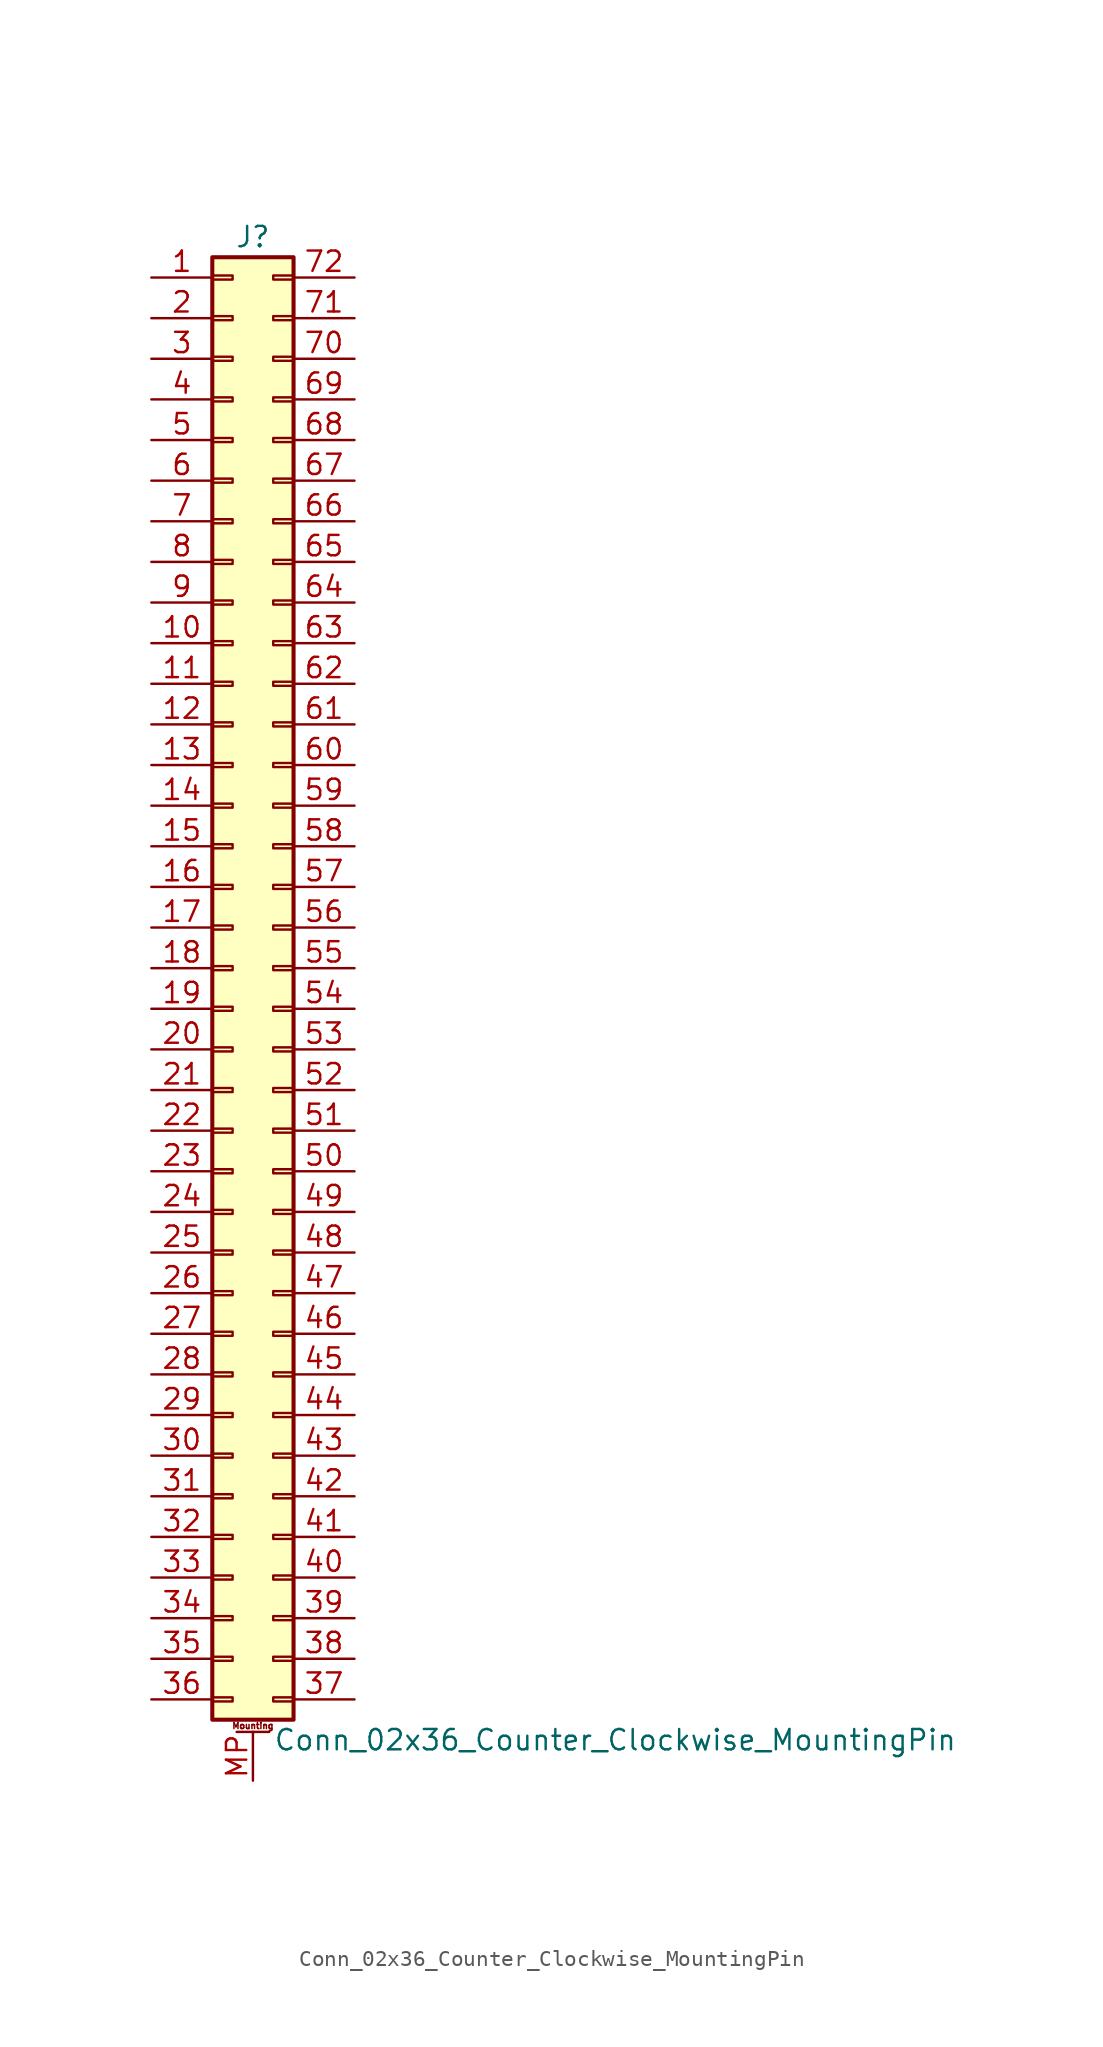
<source format=kicad_sym>
(kicad_symbol_lib
  (version 20201005)
  (generator kicad_symbol_editor)
  (symbol "Conn_02x36_Counter_Clockwise_MountingPin"
    (pin_names
      (offset 1.016) hide)
    (property "Reference" "J"
      (at 1.27 45.72 0)
      (effects (font (size 1.27 1.27))))
    (property "Value" "Conn_02x36_Counter_Clockwise_MountingPin"
      (at 2.54 -48.26 0)
      (effects (font (size 1.27 1.27)) (justify left)))
    (symbol "Conn_02x36_Counter_Clockwise_MountingPin_1_1"
      (text "Mounting" (at 1.27 -47.371 0) (effects (font (size 0.381 0.381))))
      (rectangle (start -1.27 -45.593) (end 0 -45.847) (stroke (width 0.152)) (fill (type none)))
      (rectangle (start -1.27 -43.053) (end 0 -43.307) (stroke (width 0.152)) (fill (type none)))
      (rectangle (start -1.27 -40.513) (end 0 -40.767) (stroke (width 0.152)) (fill (type none)))
      (rectangle (start -1.27 -37.973) (end 0 -38.227) (stroke (width 0.152)) (fill (type none)))
      (rectangle (start -1.27 -35.433) (end 0 -35.687) (stroke (width 0.152)) (fill (type none)))
      (rectangle (start -1.27 -32.893) (end 0 -33.147) (stroke (width 0.152)) (fill (type none)))
      (rectangle (start -1.27 -30.353) (end 0 -30.607) (stroke (width 0.152)) (fill (type none)))
      (rectangle (start -1.27 -27.813) (end 0 -28.067) (stroke (width 0.152)) (fill (type none)))
      (rectangle (start -1.27 -25.273) (end 0 -25.527) (stroke (width 0.152)) (fill (type none)))
      (rectangle (start -1.27 -22.733) (end 0 -22.987) (stroke (width 0.152)) (fill (type none)))
      (rectangle (start -1.27 -20.193) (end 0 -20.447) (stroke (width 0.152)) (fill (type none)))
      (rectangle (start -1.27 -17.653) (end 0 -17.907) (stroke (width 0.152)) (fill (type none)))
      (rectangle (start -1.27 -15.113) (end 0 -15.367) (stroke (width 0.152)) (fill (type none)))
      (rectangle (start -1.27 -12.573) (end 0 -12.827) (stroke (width 0.152)) (fill (type none)))
      (rectangle (start -1.27 -10.033) (end 0 -10.287) (stroke (width 0.152)) (fill (type none)))
      (rectangle (start -1.27 -7.493) (end 0 -7.747) (stroke (width 0.152)) (fill (type none)))
      (rectangle (start -1.27 -4.953) (end 0 -5.207) (stroke (width 0.152)) (fill (type none)))
      (rectangle (start -1.27 -2.413) (end 0 -2.667) (stroke (width 0.152)) (fill (type none)))
      (rectangle (start -1.27 0.127) (end 0 -0.127) (stroke (width 0.152)) (fill (type none)))
      (rectangle (start -1.27 2.667) (end 0 2.413) (stroke (width 0.152)) (fill (type none)))
      (rectangle (start -1.27 5.207) (end 0 4.953) (stroke (width 0.152)) (fill (type none)))
      (rectangle (start -1.27 7.747) (end 0 7.493) (stroke (width 0.152)) (fill (type none)))
      (rectangle (start -1.27 10.287) (end 0 10.033) (stroke (width 0.152)) (fill (type none)))
      (rectangle (start -1.27 12.827) (end 0 12.573) (stroke (width 0.152)) (fill (type none)))
      (rectangle (start -1.27 15.367) (end 0 15.113) (stroke (width 0.152)) (fill (type none)))
      (rectangle (start -1.27 17.907) (end 0 17.653) (stroke (width 0.152)) (fill (type none)))
      (rectangle (start -1.27 20.447) (end 0 20.193) (stroke (width 0.152)) (fill (type none)))
      (rectangle (start -1.27 22.987) (end 0 22.733) (stroke (width 0.152)) (fill (type none)))
      (rectangle (start -1.27 25.527) (end 0 25.273) (stroke (width 0.152)) (fill (type none)))
      (rectangle (start -1.27 28.067) (end 0 27.813) (stroke (width 0.152)) (fill (type none)))
      (rectangle (start -1.27 30.607) (end 0 30.353) (stroke (width 0.152)) (fill (type none)))
      (rectangle (start -1.27 33.147) (end 0 32.893) (stroke (width 0.152)) (fill (type none)))
      (rectangle (start -1.27 35.687) (end 0 35.433) (stroke (width 0.152)) (fill (type none)))
      (rectangle (start -1.27 38.227) (end 0 37.973) (stroke (width 0.152)) (fill (type none)))
      (rectangle (start -1.27 40.767) (end 0 40.513) (stroke (width 0.152)) (fill (type none)))
      (rectangle (start -1.27 43.307) (end 0 43.053) (stroke (width 0.152)) (fill (type none)))
      (rectangle (start -1.27 44.45) (end 3.81 -46.99) (stroke (width 0.254)) (fill (type background)))
      (rectangle (start 3.81 -45.593) (end 2.54 -45.847) (stroke (width 0.152)) (fill (type none)))
      (rectangle (start 3.81 -43.053) (end 2.54 -43.307) (stroke (width 0.152)) (fill (type none)))
      (rectangle (start 3.81 -40.513) (end 2.54 -40.767) (stroke (width 0.152)) (fill (type none)))
      (rectangle (start 3.81 -37.973) (end 2.54 -38.227) (stroke (width 0.152)) (fill (type none)))
      (rectangle (start 3.81 -35.433) (end 2.54 -35.687) (stroke (width 0.152)) (fill (type none)))
      (rectangle (start 3.81 -32.893) (end 2.54 -33.147) (stroke (width 0.152)) (fill (type none)))
      (rectangle (start 3.81 -30.353) (end 2.54 -30.607) (stroke (width 0.152)) (fill (type none)))
      (rectangle (start 3.81 -27.813) (end 2.54 -28.067) (stroke (width 0.152)) (fill (type none)))
      (rectangle (start 3.81 -25.273) (end 2.54 -25.527) (stroke (width 0.152)) (fill (type none)))
      (rectangle (start 3.81 -22.733) (end 2.54 -22.987) (stroke (width 0.152)) (fill (type none)))
      (rectangle (start 3.81 -20.193) (end 2.54 -20.447) (stroke (width 0.152)) (fill (type none)))
      (rectangle (start 3.81 -17.653) (end 2.54 -17.907) (stroke (width 0.152)) (fill (type none)))
      (rectangle (start 3.81 -15.113) (end 2.54 -15.367) (stroke (width 0.152)) (fill (type none)))
      (rectangle (start 3.81 -12.573) (end 2.54 -12.827) (stroke (width 0.152)) (fill (type none)))
      (rectangle (start 3.81 -10.033) (end 2.54 -10.287) (stroke (width 0.152)) (fill (type none)))
      (rectangle (start 3.81 -7.493) (end 2.54 -7.747) (stroke (width 0.152)) (fill (type none)))
      (rectangle (start 3.81 -4.953) (end 2.54 -5.207) (stroke (width 0.152)) (fill (type none)))
      (rectangle (start 3.81 -2.413) (end 2.54 -2.667) (stroke (width 0.152)) (fill (type none)))
      (rectangle (start 3.81 0.127) (end 2.54 -0.127) (stroke (width 0.152)) (fill (type none)))
      (rectangle (start 3.81 2.667) (end 2.54 2.413) (stroke (width 0.152)) (fill (type none)))
      (rectangle (start 3.81 5.207) (end 2.54 4.953) (stroke (width 0.152)) (fill (type none)))
      (rectangle (start 3.81 7.747) (end 2.54 7.493) (stroke (width 0.152)) (fill (type none)))
      (rectangle (start 3.81 10.287) (end 2.54 10.033) (stroke (width 0.152)) (fill (type none)))
      (rectangle (start 3.81 12.827) (end 2.54 12.573) (stroke (width 0.152)) (fill (type none)))
      (rectangle (start 3.81 15.367) (end 2.54 15.113) (stroke (width 0.152)) (fill (type none)))
      (rectangle (start 3.81 17.907) (end 2.54 17.653) (stroke (width 0.152)) (fill (type none)))
      (rectangle (start 3.81 20.447) (end 2.54 20.193) (stroke (width 0.152)) (fill (type none)))
      (rectangle (start 3.81 22.987) (end 2.54 22.733) (stroke (width 0.152)) (fill (type none)))
      (rectangle (start 3.81 25.527) (end 2.54 25.273) (stroke (width 0.152)) (fill (type none)))
      (rectangle (start 3.81 28.067) (end 2.54 27.813) (stroke (width 0.152)) (fill (type none)))
      (rectangle (start 3.81 30.607) (end 2.54 30.353) (stroke (width 0.152)) (fill (type none)))
      (rectangle (start 3.81 33.147) (end 2.54 32.893) (stroke (width 0.152)) (fill (type none)))
      (rectangle (start 3.81 35.687) (end 2.54 35.433) (stroke (width 0.152)) (fill (type none)))
      (rectangle (start 3.81 38.227) (end 2.54 37.973) (stroke (width 0.152)) (fill (type none)))
      (rectangle (start 3.81 40.767) (end 2.54 40.513) (stroke (width 0.152)) (fill (type none)))
      (rectangle (start 3.81 43.307) (end 2.54 43.053) (stroke (width 0.152)) (fill (type none)))
      (polyline (pts (xy 0.254 -47.752) (xy 2.286 -47.752)) (stroke (width 0.152)) (fill (type none)))
      (pin passive line (at -5.08 43.18 0) (length 3.81) (name "Pin_1" (effects (font (size 1.27 1.27)))) (number "1" (effects (font (size 1.27 1.27)))))
      (pin passive line (at -5.08 20.32 0) (length 3.81) (name "Pin_10" (effects (font (size 1.27 1.27)))) (number "10" (effects (font (size 1.27 1.27)))))
      (pin passive line (at -5.08 17.78 0) (length 3.81) (name "Pin_11" (effects (font (size 1.27 1.27)))) (number "11" (effects (font (size 1.27 1.27)))))
      (pin passive line (at -5.08 15.24 0) (length 3.81) (name "Pin_12" (effects (font (size 1.27 1.27)))) (number "12" (effects (font (size 1.27 1.27)))))
      (pin passive line (at -5.08 12.7 0) (length 3.81) (name "Pin_13" (effects (font (size 1.27 1.27)))) (number "13" (effects (font (size 1.27 1.27)))))
      (pin passive line (at -5.08 10.16 0) (length 3.81) (name "Pin_14" (effects (font (size 1.27 1.27)))) (number "14" (effects (font (size 1.27 1.27)))))
      (pin passive line (at -5.08 7.62 0) (length 3.81) (name "Pin_15" (effects (font (size 1.27 1.27)))) (number "15" (effects (font (size 1.27 1.27)))))
      (pin passive line (at -5.08 5.08 0) (length 3.81) (name "Pin_16" (effects (font (size 1.27 1.27)))) (number "16" (effects (font (size 1.27 1.27)))))
      (pin passive line (at -5.08 2.54 0) (length 3.81) (name "Pin_17" (effects (font (size 1.27 1.27)))) (number "17" (effects (font (size 1.27 1.27)))))
      (pin passive line (at -5.08 0 0) (length 3.81) (name "Pin_18" (effects (font (size 1.27 1.27)))) (number "18" (effects (font (size 1.27 1.27)))))
      (pin passive line (at -5.08 -2.54 0) (length 3.81) (name "Pin_19" (effects (font (size 1.27 1.27)))) (number "19" (effects (font (size 1.27 1.27)))))
      (pin passive line (at -5.08 40.64 0) (length 3.81) (name "Pin_2" (effects (font (size 1.27 1.27)))) (number "2" (effects (font (size 1.27 1.27)))))
      (pin passive line (at -5.08 -5.08 0) (length 3.81) (name "Pin_20" (effects (font (size 1.27 1.27)))) (number "20" (effects (font (size 1.27 1.27)))))
      (pin passive line (at -5.08 -7.62 0) (length 3.81) (name "Pin_21" (effects (font (size 1.27 1.27)))) (number "21" (effects (font (size 1.27 1.27)))))
      (pin passive line (at -5.08 -10.16 0) (length 3.81) (name "Pin_22" (effects (font (size 1.27 1.27)))) (number "22" (effects (font (size 1.27 1.27)))))
      (pin passive line (at -5.08 -12.7 0) (length 3.81) (name "Pin_23" (effects (font (size 1.27 1.27)))) (number "23" (effects (font (size 1.27 1.27)))))
      (pin passive line (at -5.08 -15.24 0) (length 3.81) (name "Pin_24" (effects (font (size 1.27 1.27)))) (number "24" (effects (font (size 1.27 1.27)))))
      (pin passive line (at -5.08 -17.78 0) (length 3.81) (name "Pin_25" (effects (font (size 1.27 1.27)))) (number "25" (effects (font (size 1.27 1.27)))))
      (pin passive line (at -5.08 -20.32 0) (length 3.81) (name "Pin_26" (effects (font (size 1.27 1.27)))) (number "26" (effects (font (size 1.27 1.27)))))
      (pin passive line (at -5.08 -22.86 0) (length 3.81) (name "Pin_27" (effects (font (size 1.27 1.27)))) (number "27" (effects (font (size 1.27 1.27)))))
      (pin passive line (at -5.08 -25.4 0) (length 3.81) (name "Pin_28" (effects (font (size 1.27 1.27)))) (number "28" (effects (font (size 1.27 1.27)))))
      (pin passive line (at -5.08 -27.94 0) (length 3.81) (name "Pin_29" (effects (font (size 1.27 1.27)))) (number "29" (effects (font (size 1.27 1.27)))))
      (pin passive line (at -5.08 38.1 0) (length 3.81) (name "Pin_3" (effects (font (size 1.27 1.27)))) (number "3" (effects (font (size 1.27 1.27)))))
      (pin passive line (at -5.08 -30.48 0) (length 3.81) (name "Pin_30" (effects (font (size 1.27 1.27)))) (number "30" (effects (font (size 1.27 1.27)))))
      (pin passive line (at -5.08 -33.02 0) (length 3.81) (name "Pin_31" (effects (font (size 1.27 1.27)))) (number "31" (effects (font (size 1.27 1.27)))))
      (pin passive line (at -5.08 -35.56 0) (length 3.81) (name "Pin_32" (effects (font (size 1.27 1.27)))) (number "32" (effects (font (size 1.27 1.27)))))
      (pin passive line (at -5.08 -38.1 0) (length 3.81) (name "Pin_33" (effects (font (size 1.27 1.27)))) (number "33" (effects (font (size 1.27 1.27)))))
      (pin passive line (at -5.08 -40.64 0) (length 3.81) (name "Pin_34" (effects (font (size 1.27 1.27)))) (number "34" (effects (font (size 1.27 1.27)))))
      (pin passive line (at -5.08 -43.18 0) (length 3.81) (name "Pin_35" (effects (font (size 1.27 1.27)))) (number "35" (effects (font (size 1.27 1.27)))))
      (pin passive line (at -5.08 -45.72 0) (length 3.81) (name "Pin_36" (effects (font (size 1.27 1.27)))) (number "36" (effects (font (size 1.27 1.27)))))
      (pin passive line (at 7.62 -45.72 180) (length 3.81) (name "Pin_37" (effects (font (size 1.27 1.27)))) (number "37" (effects (font (size 1.27 1.27)))))
      (pin passive line (at 7.62 -43.18 180) (length 3.81) (name "Pin_38" (effects (font (size 1.27 1.27)))) (number "38" (effects (font (size 1.27 1.27)))))
      (pin passive line (at 7.62 -40.64 180) (length 3.81) (name "Pin_39" (effects (font (size 1.27 1.27)))) (number "39" (effects (font (size 1.27 1.27)))))
      (pin passive line (at -5.08 35.56 0) (length 3.81) (name "Pin_4" (effects (font (size 1.27 1.27)))) (number "4" (effects (font (size 1.27 1.27)))))
      (pin passive line (at 7.62 -38.1 180) (length 3.81) (name "Pin_40" (effects (font (size 1.27 1.27)))) (number "40" (effects (font (size 1.27 1.27)))))
      (pin passive line (at 7.62 -35.56 180) (length 3.81) (name "Pin_41" (effects (font (size 1.27 1.27)))) (number "41" (effects (font (size 1.27 1.27)))))
      (pin passive line (at 7.62 -33.02 180) (length 3.81) (name "Pin_42" (effects (font (size 1.27 1.27)))) (number "42" (effects (font (size 1.27 1.27)))))
      (pin passive line (at 7.62 -30.48 180) (length 3.81) (name "Pin_43" (effects (font (size 1.27 1.27)))) (number "43" (effects (font (size 1.27 1.27)))))
      (pin passive line (at 7.62 -27.94 180) (length 3.81) (name "Pin_44" (effects (font (size 1.27 1.27)))) (number "44" (effects (font (size 1.27 1.27)))))
      (pin passive line (at 7.62 -25.4 180) (length 3.81) (name "Pin_45" (effects (font (size 1.27 1.27)))) (number "45" (effects (font (size 1.27 1.27)))))
      (pin passive line (at 7.62 -22.86 180) (length 3.81) (name "Pin_46" (effects (font (size 1.27 1.27)))) (number "46" (effects (font (size 1.27 1.27)))))
      (pin passive line (at 7.62 -20.32 180) (length 3.81) (name "Pin_47" (effects (font (size 1.27 1.27)))) (number "47" (effects (font (size 1.27 1.27)))))
      (pin passive line (at 7.62 -17.78 180) (length 3.81) (name "Pin_48" (effects (font (size 1.27 1.27)))) (number "48" (effects (font (size 1.27 1.27)))))
      (pin passive line (at 7.62 -15.24 180) (length 3.81) (name "Pin_49" (effects (font (size 1.27 1.27)))) (number "49" (effects (font (size 1.27 1.27)))))
      (pin passive line (at -5.08 33.02 0) (length 3.81) (name "Pin_5" (effects (font (size 1.27 1.27)))) (number "5" (effects (font (size 1.27 1.27)))))
      (pin passive line (at 7.62 -12.7 180) (length 3.81) (name "Pin_50" (effects (font (size 1.27 1.27)))) (number "50" (effects (font (size 1.27 1.27)))))
      (pin passive line (at 7.62 -10.16 180) (length 3.81) (name "Pin_51" (effects (font (size 1.27 1.27)))) (number "51" (effects (font (size 1.27 1.27)))))
      (pin passive line (at 7.62 -7.62 180) (length 3.81) (name "Pin_52" (effects (font (size 1.27 1.27)))) (number "52" (effects (font (size 1.27 1.27)))))
      (pin passive line (at 7.62 -5.08 180) (length 3.81) (name "Pin_53" (effects (font (size 1.27 1.27)))) (number "53" (effects (font (size 1.27 1.27)))))
      (pin passive line (at 7.62 -2.54 180) (length 3.81) (name "Pin_54" (effects (font (size 1.27 1.27)))) (number "54" (effects (font (size 1.27 1.27)))))
      (pin passive line (at 7.62 0 180) (length 3.81) (name "Pin_55" (effects (font (size 1.27 1.27)))) (number "55" (effects (font (size 1.27 1.27)))))
      (pin passive line (at 7.62 2.54 180) (length 3.81) (name "Pin_56" (effects (font (size 1.27 1.27)))) (number "56" (effects (font (size 1.27 1.27)))))
      (pin passive line (at 7.62 5.08 180) (length 3.81) (name "Pin_57" (effects (font (size 1.27 1.27)))) (number "57" (effects (font (size 1.27 1.27)))))
      (pin passive line (at 7.62 7.62 180) (length 3.81) (name "Pin_58" (effects (font (size 1.27 1.27)))) (number "58" (effects (font (size 1.27 1.27)))))
      (pin passive line (at 7.62 10.16 180) (length 3.81) (name "Pin_59" (effects (font (size 1.27 1.27)))) (number "59" (effects (font (size 1.27 1.27)))))
      (pin passive line (at -5.08 30.48 0) (length 3.81) (name "Pin_6" (effects (font (size 1.27 1.27)))) (number "6" (effects (font (size 1.27 1.27)))))
      (pin passive line (at 7.62 12.7 180) (length 3.81) (name "Pin_60" (effects (font (size 1.27 1.27)))) (number "60" (effects (font (size 1.27 1.27)))))
      (pin passive line (at 7.62 15.24 180) (length 3.81) (name "Pin_61" (effects (font (size 1.27 1.27)))) (number "61" (effects (font (size 1.27 1.27)))))
      (pin passive line (at 7.62 17.78 180) (length 3.81) (name "Pin_62" (effects (font (size 1.27 1.27)))) (number "62" (effects (font (size 1.27 1.27)))))
      (pin passive line (at 7.62 20.32 180) (length 3.81) (name "Pin_63" (effects (font (size 1.27 1.27)))) (number "63" (effects (font (size 1.27 1.27)))))
      (pin passive line (at 7.62 22.86 180) (length 3.81) (name "Pin_64" (effects (font (size 1.27 1.27)))) (number "64" (effects (font (size 1.27 1.27)))))
      (pin passive line (at 7.62 25.4 180) (length 3.81) (name "Pin_65" (effects (font (size 1.27 1.27)))) (number "65" (effects (font (size 1.27 1.27)))))
      (pin passive line (at 7.62 27.94 180) (length 3.81) (name "Pin_66" (effects (font (size 1.27 1.27)))) (number "66" (effects (font (size 1.27 1.27)))))
      (pin passive line (at 7.62 30.48 180) (length 3.81) (name "Pin_67" (effects (font (size 1.27 1.27)))) (number "67" (effects (font (size 1.27 1.27)))))
      (pin passive line (at 7.62 33.02 180) (length 3.81) (name "Pin_68" (effects (font (size 1.27 1.27)))) (number "68" (effects (font (size 1.27 1.27)))))
      (pin passive line (at 7.62 35.56 180) (length 3.81) (name "Pin_69" (effects (font (size 1.27 1.27)))) (number "69" (effects (font (size 1.27 1.27)))))
      (pin passive line (at -5.08 27.94 0) (length 3.81) (name "Pin_7" (effects (font (size 1.27 1.27)))) (number "7" (effects (font (size 1.27 1.27)))))
      (pin passive line (at 7.62 38.1 180) (length 3.81) (name "Pin_70" (effects (font (size 1.27 1.27)))) (number "70" (effects (font (size 1.27 1.27)))))
      (pin passive line (at 7.62 40.64 180) (length 3.81) (name "Pin_71" (effects (font (size 1.27 1.27)))) (number "71" (effects (font (size 1.27 1.27)))))
      (pin passive line (at 7.62 43.18 180) (length 3.81) (name "Pin_72" (effects (font (size 1.27 1.27)))) (number "72" (effects (font (size 1.27 1.27)))))
      (pin passive line (at -5.08 25.4 0) (length 3.81) (name "Pin_8" (effects (font (size 1.27 1.27)))) (number "8" (effects (font (size 1.27 1.27)))))
      (pin passive line (at -5.08 22.86 0) (length 3.81) (name "Pin_9" (effects (font (size 1.27 1.27)))) (number "9" (effects (font (size 1.27 1.27)))))
      (pin passive line (at 1.27 -50.8 90) (length 3.048) (name "MountPin" (effects (font (size 1.27 1.27)))) (number "MP" (effects (font (size 1.27 1.27))))))))
</source>
